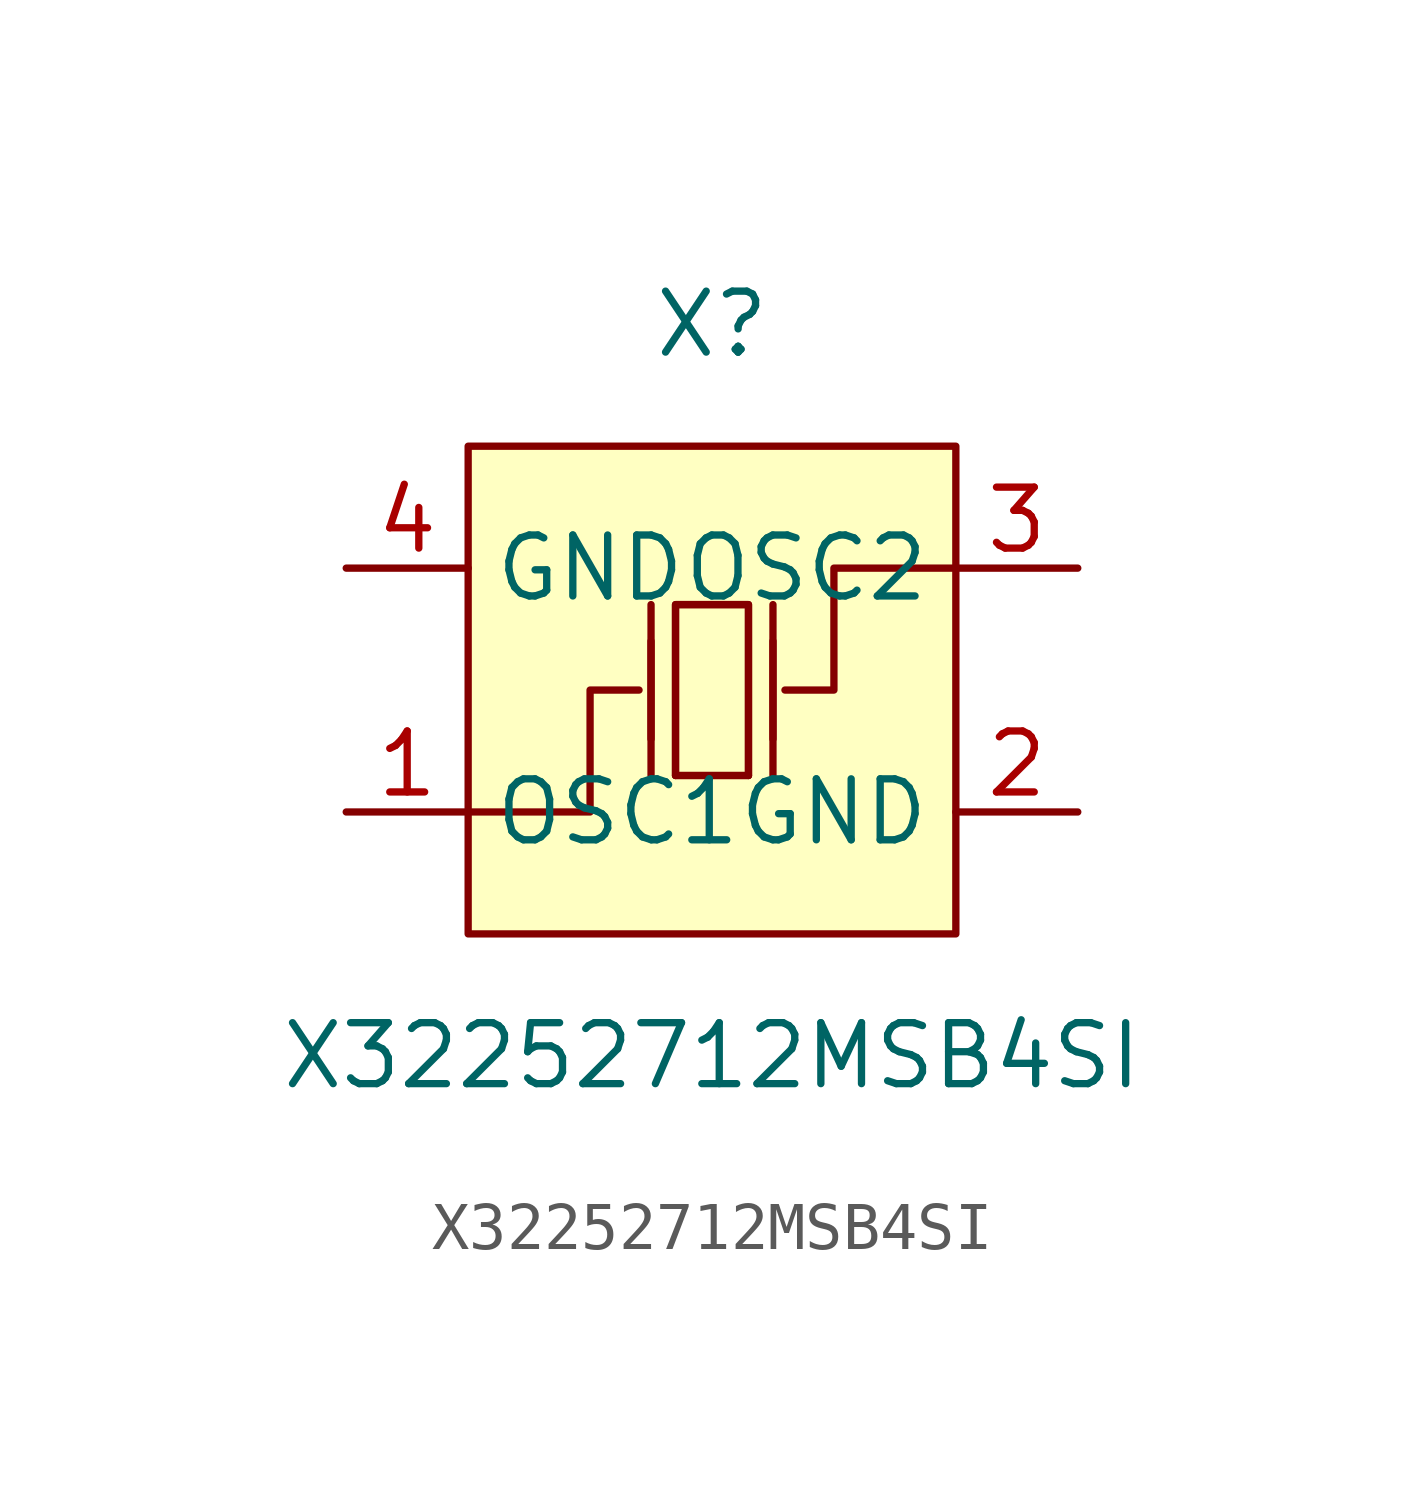
<source format=kicad_sym>
(kicad_symbol_lib
  (version 20211014)
  (generator https://github.com/uPesy/easyeda2kicad.py)
  (symbol "X32252712MSB4SI"
    (property "Reference" "X"
      (at 0 7.62 0)
      (effects (font (size 1.27 1.27))))
    (property "Value" "X32252712MSB4SI"
      (at 0 -7.62 0)
      (effects (font (size 1.27 1.27))))
    (symbol "X32252712MSB4SI_0_1"
      (rectangle (start -5.08 5.08) (end 5.08 -5.08) (stroke (width 0) (type default) (color 0 0 0 0)) (fill (type background)))
      (polyline (pts (xy -1.27 -1.02) (xy -1.27 1.02)) (stroke (width 0) (type default) (color 0 0 0 0)) (fill (type none)))
      (polyline (pts (xy 0.76 -1.78) (xy -0.76 -1.78)) (stroke (width 0) (type default) (color 0 0 0 0)) (fill (type none)))
      (polyline (pts (xy 1.27 -1.02) (xy 1.27 1.02)) (stroke (width 0) (type default) (color 0 0 0 0)) (fill (type none)))
      (polyline (pts (xy -0.76 -1.78) (xy -0.76 1.78) (xy 0.76 1.78) (xy 0.76 -1.78)) (stroke (width 0) (type default) (color 0 0 0 0)) (fill (type none)))
      (polyline (pts (xy 5.08 2.54) (xy 2.54 2.54) (xy 2.54 -0.00) (xy 1.52 -0.00)) (stroke (width 0) (type default) (color 0 0 0 0)) (fill (type none)))
      (polyline (pts (xy -5.08 -2.54) (xy -2.54 -2.54) (xy -2.54 -0.00) (xy -1.52 -0.00)) (stroke (width 0) (type default) (color 0 0 0 0)) (fill (type none)))
      (polyline (pts (xy 1.27 -1.78) (xy 1.27 1.78)) (stroke (width 0) (type default) (color 0 0 0 0)) (fill (type none)))
      (polyline (pts (xy -1.27 -1.78) (xy -1.27 1.78)) (stroke (width 0) (type default) (color 0 0 0 0)) (fill (type none)))
      (polyline (pts (xy 0.76 1.78) (xy 0.76 -1.78) (xy -0.76 -1.78) (xy -0.76 1.78) (xy 0.76 1.78)) (stroke (width 0) (type default) (color 0 0 0 0)) (fill (type background)))
      (pin unspecified line (at -7.62 2.54 0) (length 2.54) (name "GND" (effects (font (size 1.27 1.27)))) (number "4" (effects (font (size 1.27 1.27)))))
      (pin unspecified line (at 7.62 -2.54 180) (length 2.54) (name "GND" (effects (font (size 1.27 1.27)))) (number "2" (effects (font (size 1.27 1.27)))))
      (pin unspecified line (at -7.62 -2.54 0) (length 2.54) (name "OSC1" (effects (font (size 1.27 1.27)))) (number "1" (effects (font (size 1.27 1.27)))))
      (pin unspecified line (at 7.62 2.54 180) (length 2.54) (name "OSC2" (effects (font (size 1.27 1.27)))) (number "3" (effects (font (size 1.27 1.27))))))))
</source>
